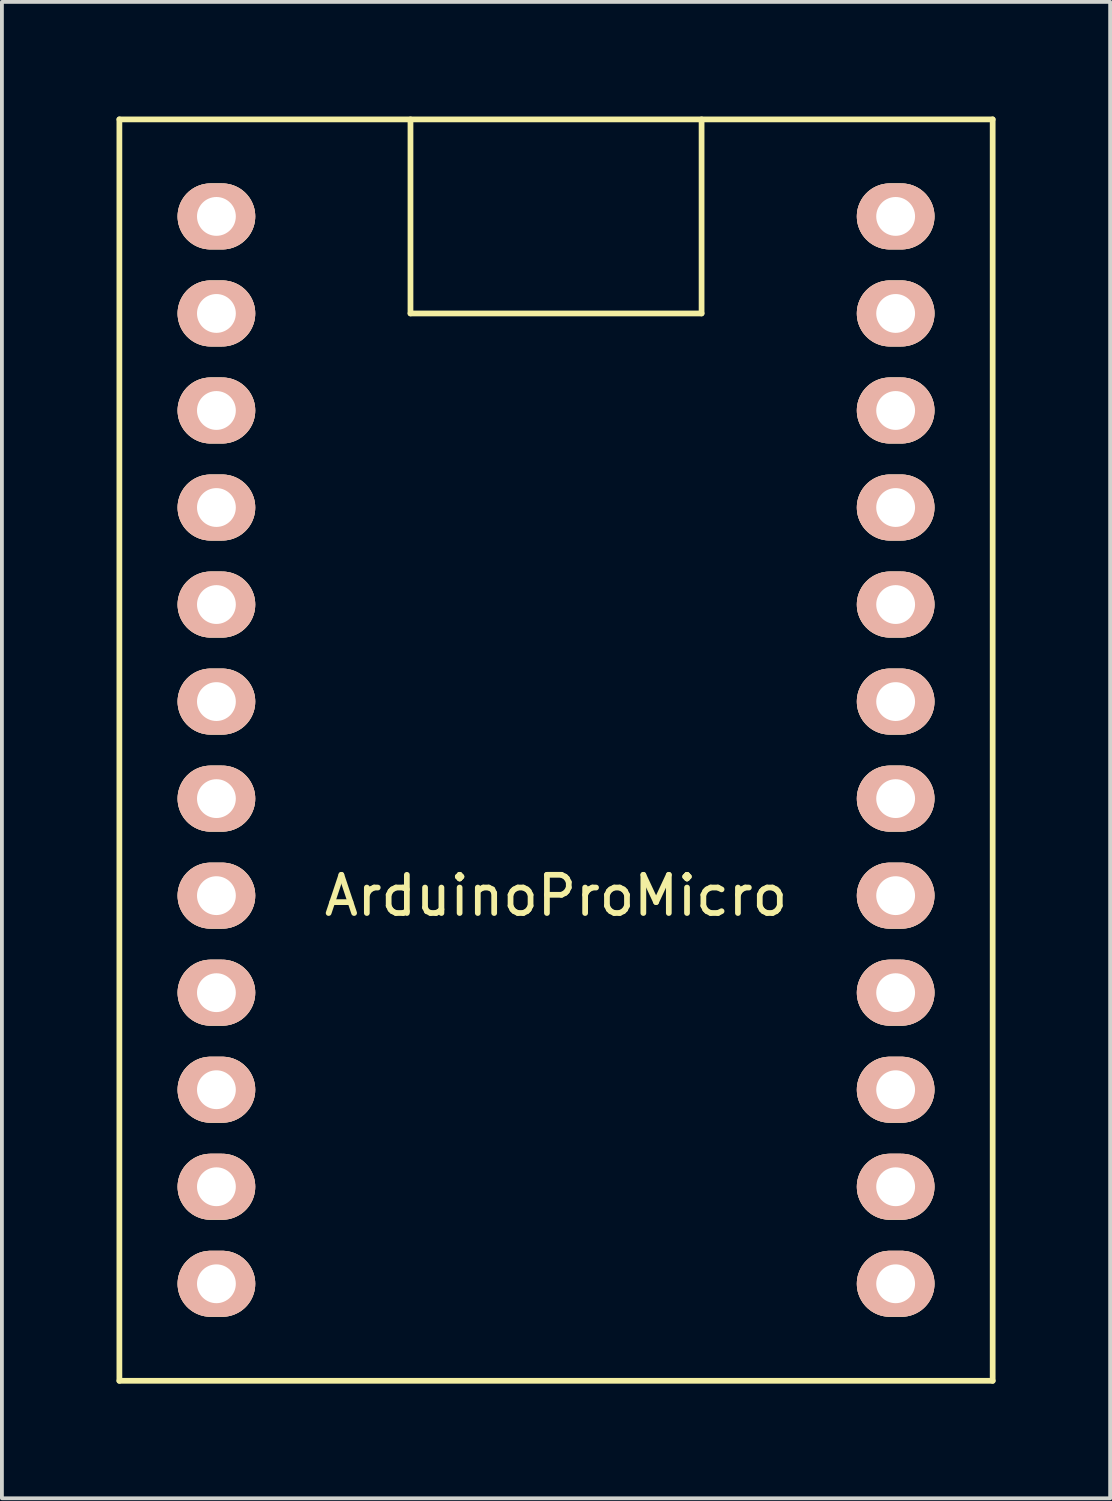
<source format=kicad_pcb>
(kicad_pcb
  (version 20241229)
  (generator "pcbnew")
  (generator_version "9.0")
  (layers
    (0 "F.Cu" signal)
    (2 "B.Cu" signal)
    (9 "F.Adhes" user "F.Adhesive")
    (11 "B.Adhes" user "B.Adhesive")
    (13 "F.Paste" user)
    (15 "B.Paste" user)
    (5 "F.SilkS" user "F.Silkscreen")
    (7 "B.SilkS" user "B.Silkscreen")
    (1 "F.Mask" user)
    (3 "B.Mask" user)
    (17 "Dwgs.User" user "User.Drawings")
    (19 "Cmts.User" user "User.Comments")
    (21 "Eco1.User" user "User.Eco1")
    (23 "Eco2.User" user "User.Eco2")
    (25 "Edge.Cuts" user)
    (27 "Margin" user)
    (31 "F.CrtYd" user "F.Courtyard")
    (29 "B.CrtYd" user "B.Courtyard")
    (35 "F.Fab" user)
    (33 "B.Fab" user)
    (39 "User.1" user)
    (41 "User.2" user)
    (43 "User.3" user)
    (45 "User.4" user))
  (footprint "ArduinoProMicro"
    (layer "F.Cu")
    (at 11.505 16.585)
    (property "Reference" "ArduinoProMicro" (at 0 3.81 0) (layer "F.SilkS") (effects (font (size 1 1) (thickness 0.15))))
    (attr through_hole)
    (fp_line (start -11.43 -16.51) (end -11.43 16.51) (stroke (width 0.15) (type solid)) (layer "F.SilkS"))
    (fp_line (start -11.43 16.51) (end 11.43 16.51) (stroke (width 0.15) (type solid)) (layer "F.SilkS"))
    (fp_line (start -3.81 -16.51) (end -3.81 -11.43) (stroke (width 0.15) (type solid)) (layer "F.SilkS"))
    (fp_line (start -3.81 -11.43) (end 3.81 -11.43) (stroke (width 0.15) (type solid)) (layer "F.SilkS"))
    (fp_line (start 3.81 -11.43) (end 3.81 -16.51) (stroke (width 0.15) (type solid)) (layer "F.SilkS"))
    (fp_line (start 11.43 -16.51) (end -11.43 -16.51) (stroke (width 0.15) (type solid)) (layer "F.SilkS"))
    (fp_line (start 11.43 16.51) (end 11.43 -16.51) (stroke (width 0.15) (type solid)) (layer "F.SilkS"))
    (pad "0" thru_hole oval (at -8.89 -13.97) (size 2.032 1.727) (drill 1.016) (layers "*.Cu" "*.SilkS" "*.Mask"))
    (pad "1" thru_hole oval (at -8.89 -11.43) (size 2.032 1.727) (drill 1.016) (layers "*.Cu" "*.SilkS" "*.Mask"))
    (pad "2" thru_hole oval (at -8.89 -8.89) (size 2.032 1.727) (drill 1.016) (layers "*.Cu" "*.SilkS" "*.Mask"))
    (pad "3" thru_hole oval (at -8.89 -6.35) (size 2.032 1.727) (drill 1.016) (layers "*.Cu" "*.SilkS" "*.Mask"))
    (pad "4" thru_hole oval (at -8.89 -3.81) (size 2.032 1.727) (drill 1.016) (layers "*.Cu" "*.SilkS" "*.Mask"))
    (pad "5" thru_hole oval (at -8.89 -1.27) (size 2.032 1.727) (drill 1.016) (layers "*.Cu" "*.SilkS" "*.Mask"))
    (pad "6" thru_hole oval (at -8.89 1.27) (size 2.032 1.727) (drill 1.016) (layers "*.Cu" "*.SilkS" "*.Mask"))
    (pad "7" thru_hole oval (at -8.89 3.81) (size 2.032 1.727) (drill 1.016) (layers "*.Cu" "*.SilkS" "*.Mask"))
    (pad "8" thru_hole oval (at -8.89 6.35) (size 2.032 1.727) (drill 1.016) (layers "*.Cu" "*.SilkS" "*.Mask"))
    (pad "9" thru_hole oval (at -8.89 8.89) (size 2.032 1.727) (drill 1.016) (layers "*.Cu" "*.SilkS" "*.Mask"))
    (pad "10" thru_hole oval (at -8.89 11.43) (size 2.032 1.727) (drill 1.016) (layers "*.Cu" "*.SilkS" "*.Mask"))
    (pad "11" thru_hole oval (at -8.89 13.97) (size 2.032 1.727) (drill 1.016) (layers "*.Cu" "*.SilkS" "*.Mask"))
    (pad "12" thru_hole oval (at 8.89 13.97) (size 2.032 1.727) (drill 1.016) (layers "*.Cu" "*.SilkS" "*.Mask"))
    (pad "13" thru_hole oval (at 8.89 11.43) (size 2.032 1.727) (drill 1.016) (layers "*.Cu" "*.SilkS" "*.Mask"))
    (pad "14" thru_hole oval (at 8.89 8.89) (size 2.032 1.727) (drill 1.016) (layers "*.Cu" "*.SilkS" "*.Mask"))
    (pad "15" thru_hole oval (at 8.89 6.35) (size 2.032 1.727) (drill 1.016) (layers "*.Cu" "*.SilkS" "*.Mask"))
    (pad "16" thru_hole oval (at 8.89 3.81) (size 2.032 1.727) (drill 1.016) (layers "*.Cu" "*.SilkS" "*.Mask"))
    (pad "17" thru_hole oval (at 8.89 1.27) (size 2.032 1.727) (drill 1.016) (layers "*.Cu" "*.SilkS" "*.Mask"))
    (pad "18" thru_hole oval (at 8.89 -1.27) (size 2.032 1.727) (drill 1.016) (layers "*.Cu" "*.SilkS" "*.Mask"))
    (pad "19" thru_hole oval (at 8.89 -3.81) (size 2.032 1.727) (drill 1.016) (layers "*.Cu" "*.SilkS" "*.Mask"))
    (pad "20" thru_hole oval (at 8.89 -6.35) (size 2.032 1.727) (drill 1.016) (layers "*.Cu" "*.SilkS" "*.Mask"))
    (pad "21" thru_hole oval (at 8.89 -8.89) (size 2.032 1.727) (drill 1.016) (layers "*.Cu" "*.SilkS" "*.Mask"))
    (pad "22" thru_hole oval (at 8.89 -11.43) (size 2.032 1.727) (drill 1.016) (layers "*.Cu" "*.SilkS" "*.Mask"))
    (pad "23" thru_hole oval (at 8.89 -13.97) (size 2.032 1.727) (drill 1.016) (layers "*.Cu" "*.SilkS" "*.Mask")))
  (gr_rect
    (start -3 -3)
    (end 26.01 36.17)
    (stroke (width 0.1) (type default))
    (fill no)
    (layer "Edge.Cuts")))
</source>
